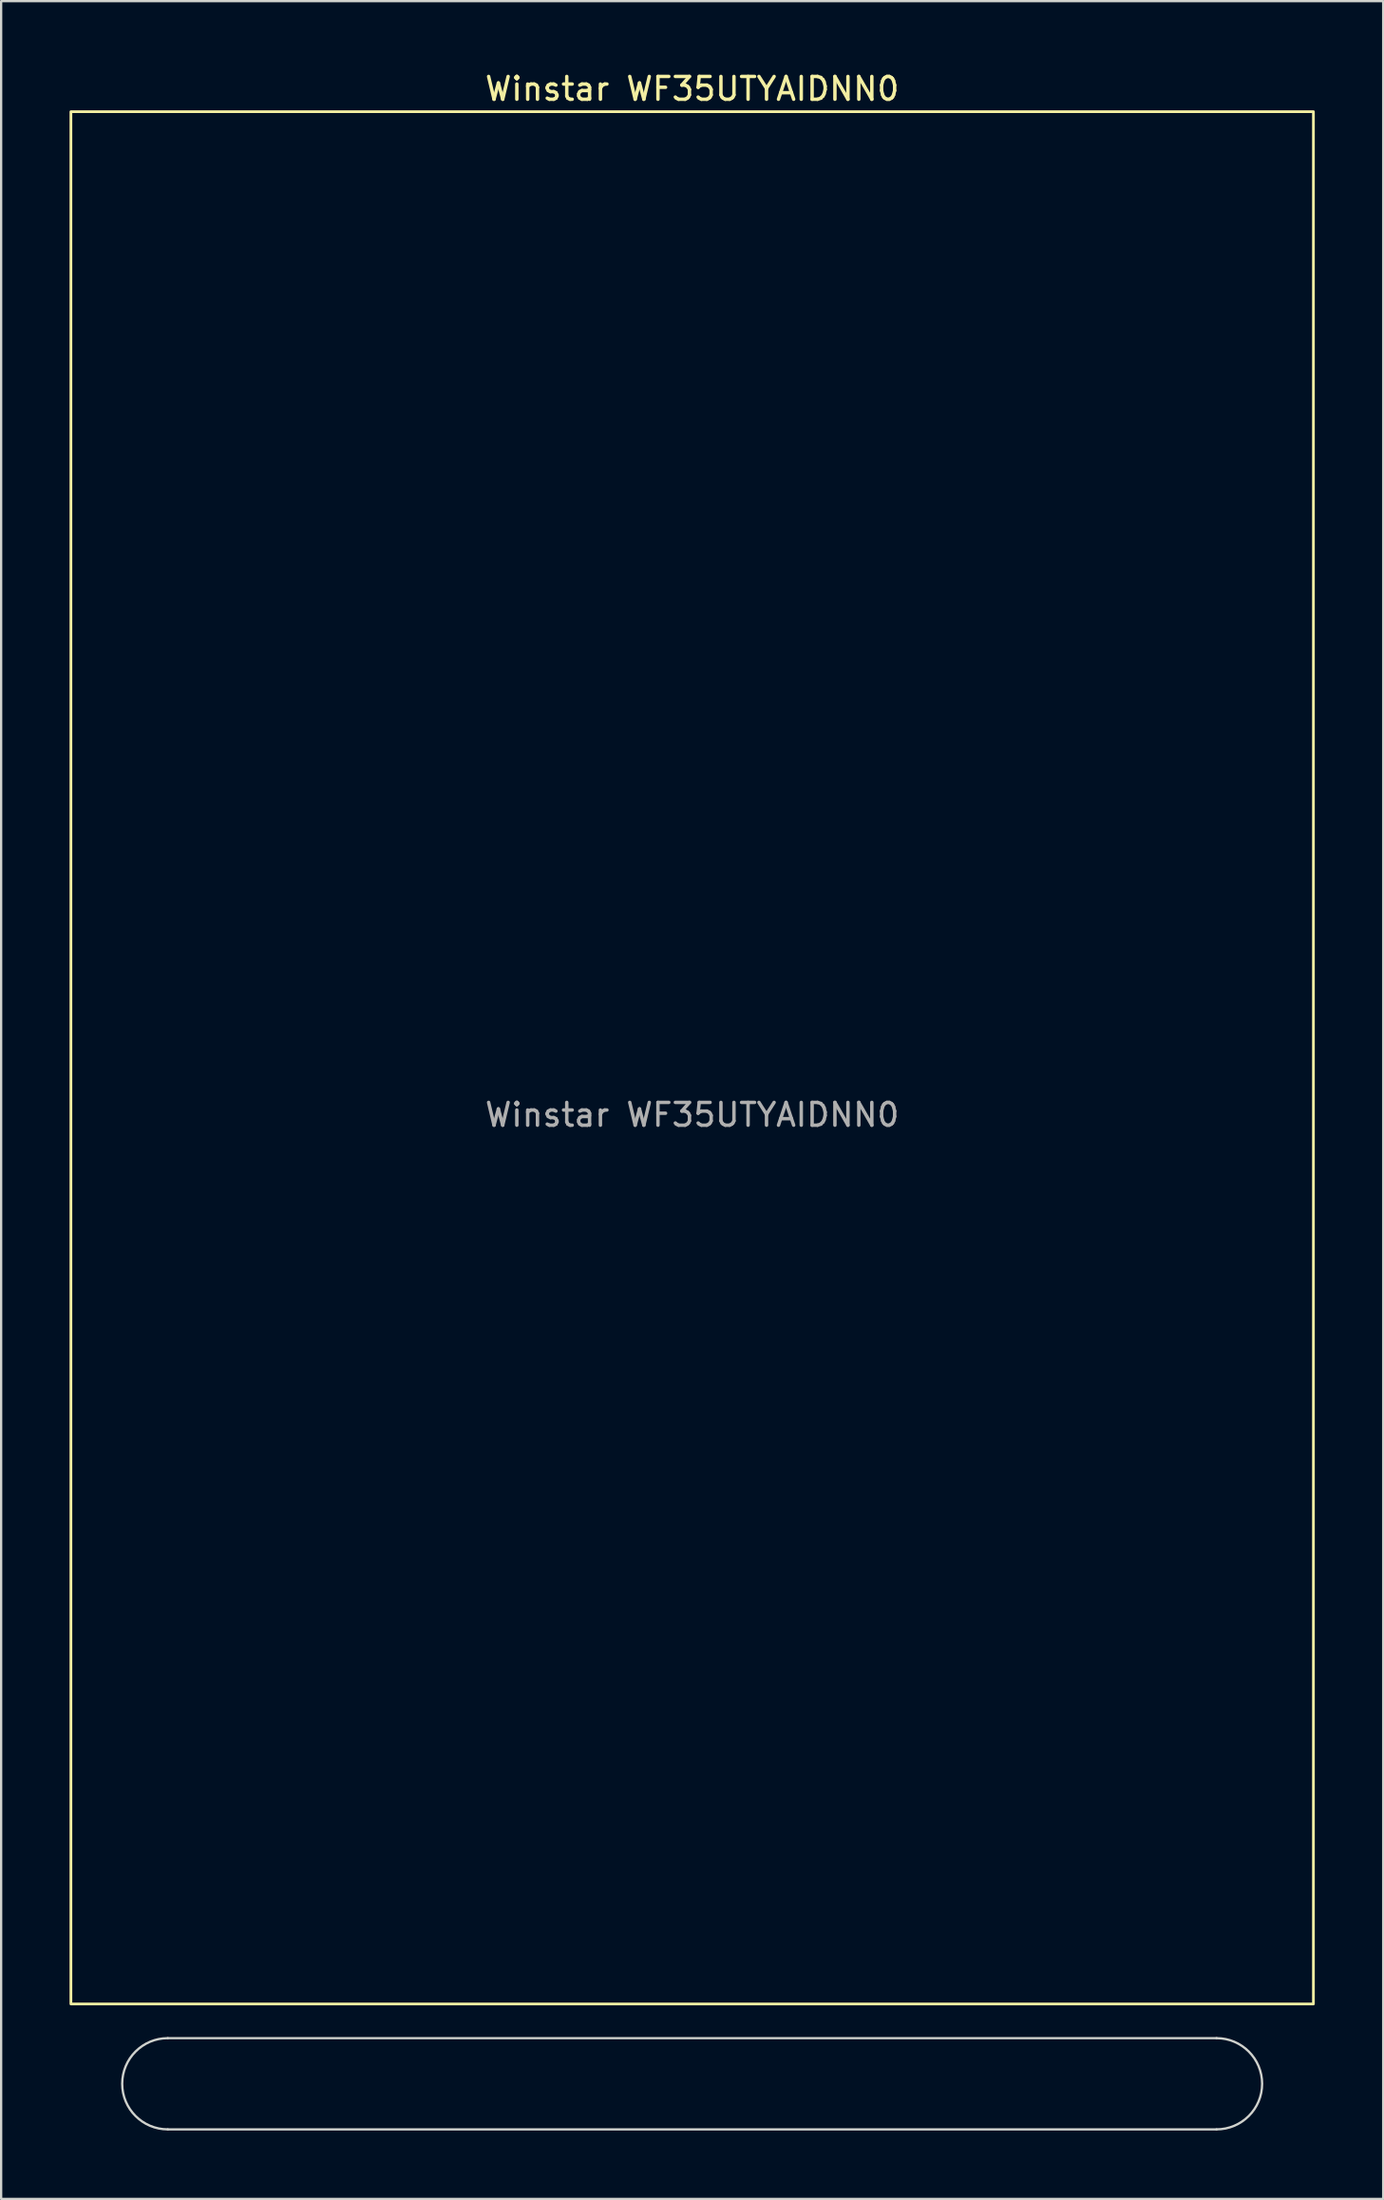
<source format=kicad_pcb>
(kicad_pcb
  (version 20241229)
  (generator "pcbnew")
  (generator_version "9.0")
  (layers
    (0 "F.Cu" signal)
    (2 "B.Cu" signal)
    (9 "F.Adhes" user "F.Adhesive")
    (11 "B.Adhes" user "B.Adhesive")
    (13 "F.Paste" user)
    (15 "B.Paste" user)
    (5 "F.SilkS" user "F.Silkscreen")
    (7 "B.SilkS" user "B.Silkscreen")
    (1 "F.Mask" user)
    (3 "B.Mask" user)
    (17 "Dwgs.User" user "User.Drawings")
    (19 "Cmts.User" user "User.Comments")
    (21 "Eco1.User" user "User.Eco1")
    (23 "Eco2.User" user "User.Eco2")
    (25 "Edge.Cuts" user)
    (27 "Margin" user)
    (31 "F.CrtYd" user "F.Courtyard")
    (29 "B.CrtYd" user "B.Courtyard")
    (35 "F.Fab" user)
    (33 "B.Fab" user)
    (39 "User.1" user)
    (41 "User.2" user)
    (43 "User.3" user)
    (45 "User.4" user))
  (footprint "Winstar WF35UTYAIDNN0"
    (layer "F.Cu")
    (at 27.31 43.348)
    (property "Reference" "Winstar WF35UTYAIDNN0" (at 0 -42.5 0) (unlocked yes) (layer "F.SilkS") (effects (font (size 1 1) (thickness 0.15))))
    (attr smd)
    (fp_rect (start -27.25 -41.5) (end 27.25 41.5) (stroke (width 0.12) (type solid)) (fill no) (layer "F.SilkS"))
    (fp_line (start -23 43) (end 23 43) (stroke (width 0.1) (type solid)) (layer "Edge.Cuts"))
    (fp_line (start -23 47) (end 23 47) (stroke (width 0.1) (type solid)) (layer "Edge.Cuts"))
    (fp_arc (start -23 47) (mid -25 45) (end -23 43) (stroke (width 0.1) (type solid)) (layer "Edge.Cuts"))
    (fp_arc (start 23 43) (mid 25 45) (end 23 47) (stroke (width 0.1) (type solid)) (layer "Edge.Cuts"))
    (fp_text user "${REFERENCE}" (at 0 2.5 0) (unlocked yes) (layer "F.Fab") (effects (font (size 1 1) (thickness 0.15)))))
  (gr_rect
    (start -3 -3)
    (end 57.62 93.398)
    (stroke (width 0.1) (type default))
    (fill no)
    (layer "Edge.Cuts")))
</source>
